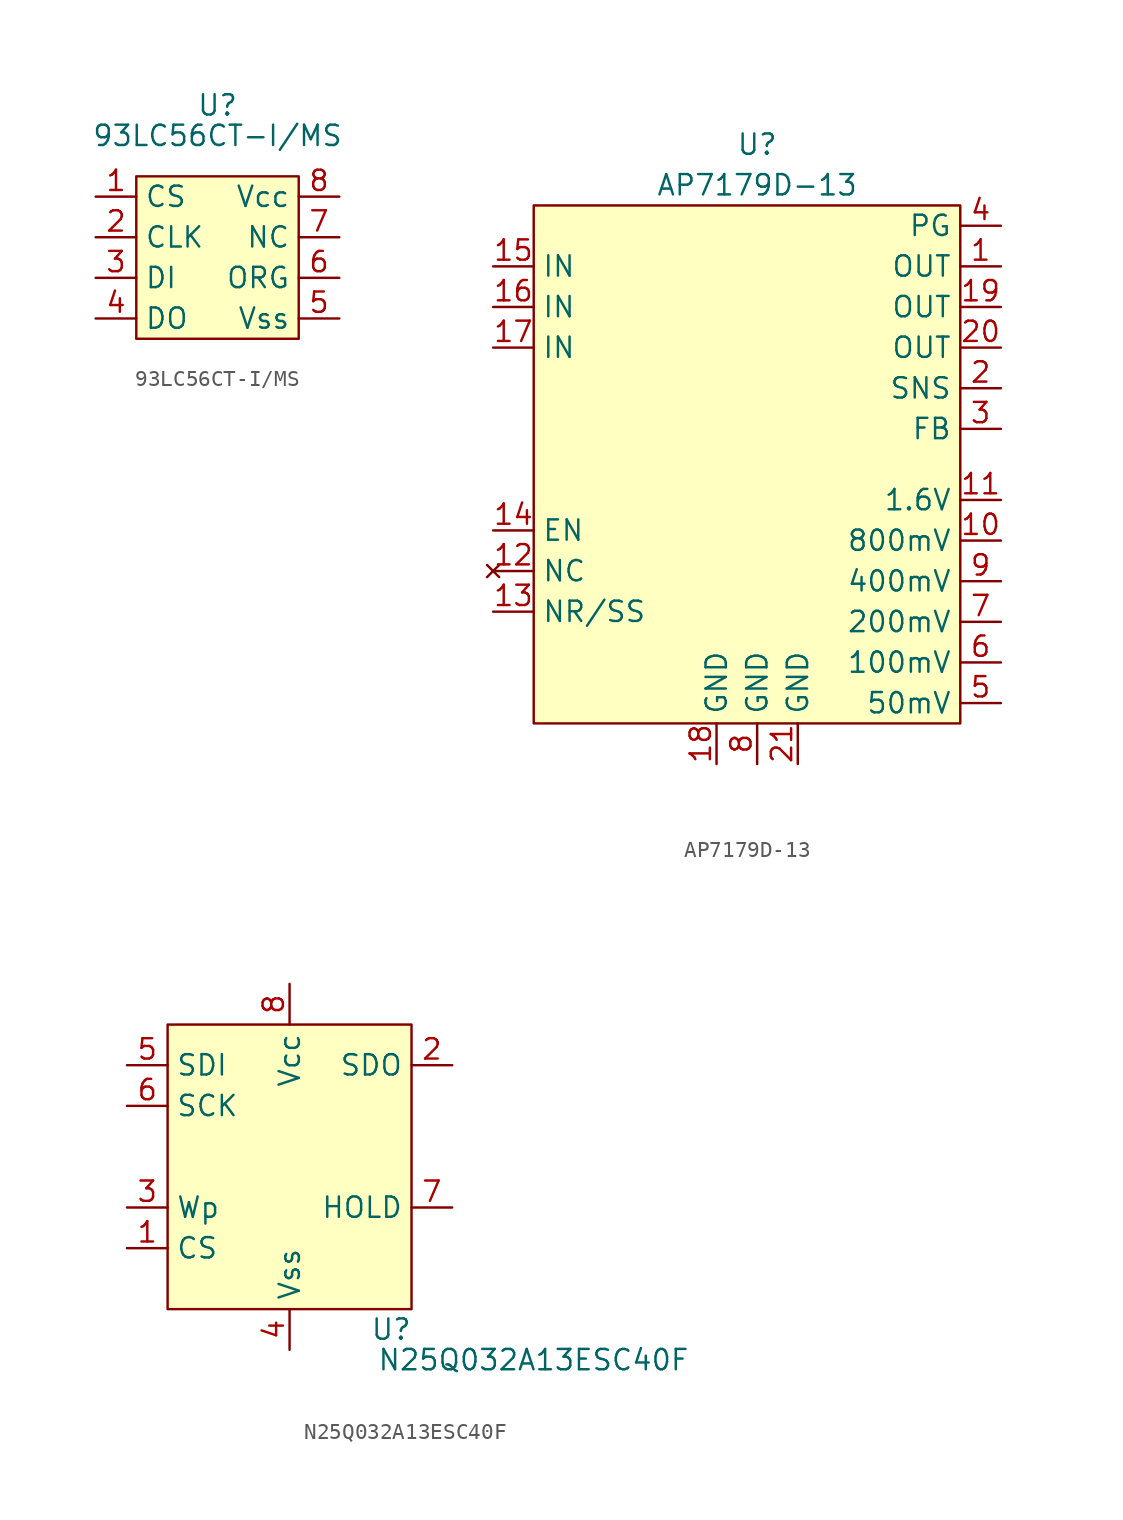
<source format=kicad_sym>
(kicad_symbol_lib
  (version 20220914)
  (generator kicad_symbol_editor)
  (symbol "93LC56CT-I/MS"
    (property "Reference" "U"
      (at 0 3.175 0)
      (effects (font (size 1.27 1.27))))
    (property "Value" "93LC56CT-I/MS"
      (at 0 1.27 0)
      (effects (font (size 1.27 1.27))))
    (symbol "93LC56CT-I/MS_1_1"
      (rectangle (start -5.08 -1.27) (end 5.08 -11.43) (stroke (width 0) (type default)) (fill (type background)))
      (pin input line (at -7.62 -2.54 0) (length 2.54) (name "CS" (effects (font (size 1.27 1.27)))) (number "1" (effects (font (size 1.27 1.27)))))
      (pin input line (at -7.62 -5.08 0) (length 2.54) (name "CLK" (effects (font (size 1.27 1.27)))) (number "2" (effects (font (size 1.27 1.27)))))
      (pin input line (at -7.62 -7.62 0) (length 2.54) (name "DI" (effects (font (size 1.27 1.27)))) (number "3" (effects (font (size 1.27 1.27)))))
      (pin output line (at -7.62 -10.16 0) (length 2.54) (name "DO" (effects (font (size 1.27 1.27)))) (number "4" (effects (font (size 1.27 1.27)))))
      (pin power_in line (at 7.62 -10.16 180) (length 2.54) (name "Vss" (effects (font (size 1.27 1.27)))) (number "5" (effects (font (size 1.27 1.27)))))
      (pin input line (at 7.62 -7.62 180) (length 2.54) (name "ORG" (effects (font (size 1.27 1.27)))) (number "6" (effects (font (size 1.27 1.27)))))
      (pin unspecified line (at 7.62 -5.08 180) (length 2.54) (name "NC" (effects (font (size 1.27 1.27)))) (number "7" (effects (font (size 1.27 1.27)))))
      (pin passive line (at 7.62 -2.54 180) (length 2.54) (name "Vcc" (effects (font (size 1.27 1.27)))) (number "8" (effects (font (size 1.27 1.27)))))))
  (symbol "AP7179D-13"
    (property "Reference" "U"
      (at 0 5.715 0)
      (effects (font (size 1.27 1.27))))
    (property "Value" "AP7179D-13"
      (at 0 3.175 0)
      (effects (font (size 1.27 1.27))))
    (symbol "AP7179D-13_0_0"
      (pin output line (at 15.24 -1.905 180) (length 2.54) (name "OUT" (effects (font (size 1.27 1.27)))) (number "1" (effects (font (size 1.27 1.27)))))
      (pin input line (at 15.24 -19.05 180) (length 2.54) (name "800mV" (effects (font (size 1.27 1.27)))) (number "10" (effects (font (size 1.27 1.27)))))
      (pin input line (at 15.24 -16.51 180) (length 2.54) (name "1.6V" (effects (font (size 1.27 1.27)))) (number "11" (effects (font (size 1.27 1.27)))))
      (pin no_connect line (at -16.51 -20.955 0) (length 2.54) (name "NC" (effects (font (size 1.27 1.27)))) (number "12" (effects (font (size 1.27 1.27)))))
      (pin output line (at -16.51 -23.495 0) (length 2.54) (name "NR/SS" (effects (font (size 1.27 1.27)))) (number "13" (effects (font (size 1.27 1.27)))))
      (pin input line (at -16.51 -18.415 0) (length 2.54) (name "EN" (effects (font (size 1.27 1.27)))) (number "14" (effects (font (size 1.27 1.27)))))
      (pin input line (at -16.51 -1.905 0) (length 2.54) (name "IN" (effects (font (size 1.27 1.27)))) (number "15" (effects (font (size 1.27 1.27)))))
      (pin input line (at -16.51 -4.445 0) (length 2.54) (name "IN" (effects (font (size 1.27 1.27)))) (number "16" (effects (font (size 1.27 1.27)))))
      (pin input line (at -16.51 -6.985 0) (length 2.54) (name "IN" (effects (font (size 1.27 1.27)))) (number "17" (effects (font (size 1.27 1.27)))))
      (pin passive line (at -2.54 -33.02 90) (length 2.54) (name "GND" (effects (font (size 1.27 1.27)))) (number "18" (effects (font (size 1.27 1.27)))))
      (pin output line (at 15.24 -4.445 180) (length 2.54) (name "OUT" (effects (font (size 1.27 1.27)))) (number "19" (effects (font (size 1.27 1.27)))))
      (pin input line (at 15.24 -9.525 180) (length 2.54) (name "SNS" (effects (font (size 1.27 1.27)))) (number "2" (effects (font (size 1.27 1.27)))))
      (pin output line (at 15.24 -6.985 180) (length 2.54) (name "OUT" (effects (font (size 1.27 1.27)))) (number "20" (effects (font (size 1.27 1.27)))))
      (pin passive line (at 2.54 -33.02 90) (length 2.54) (name "GND" (effects (font (size 1.27 1.27)))) (number "21" (effects (font (size 1.27 1.27)))))
      (pin input line (at 15.24 -12.065 180) (length 2.54) (name "FB" (effects (font (size 1.27 1.27)))) (number "3" (effects (font (size 1.27 1.27)))))
      (pin output line (at 15.24 0.635 180) (length 2.54) (name "PG" (effects (font (size 1.27 1.27)))) (number "4" (effects (font (size 1.27 1.27)))))
      (pin input line (at 15.24 -29.21 180) (length 2.54) (name "50mV" (effects (font (size 1.27 1.27)))) (number "5" (effects (font (size 1.27 1.27)))))
      (pin input line (at 15.24 -26.67 180) (length 2.54) (name "100mV" (effects (font (size 1.27 1.27)))) (number "6" (effects (font (size 1.27 1.27)))))
      (pin input line (at 15.24 -24.13 180) (length 2.54) (name "200mV" (effects (font (size 1.27 1.27)))) (number "7" (effects (font (size 1.27 1.27)))))
      (pin passive line (at 0 -33.02 90) (length 2.54) (name "GND" (effects (font (size 1.27 1.27)))) (number "8" (effects (font (size 1.27 1.27)))))
      (pin input line (at 15.24 -21.59 180) (length 2.54) (name "400mV" (effects (font (size 1.27 1.27)))) (number "9" (effects (font (size 1.27 1.27))))))
    (symbol "AP7179D-13_1_1"
      (rectangle (start -13.97 1.905) (end 12.7 -30.48) (stroke (width 0) (type default)) (fill (type background)))))
  (symbol "N25Q032A13ESC40F"
    (property "Reference" "U"
      (at 6.35 -16.51 0)
      (effects (font (size 1.27 1.27))))
    (property "Value" "N25Q032A13ESC40F"
      (at 15.24 -18.415 0)
      (effects (font (size 1.27 1.27))))
    (symbol "N25Q032A13ESC40F_0_0"
      (pin passive line (at 0 -17.78 90) (length 2.54) (name "Vss" (effects (font (size 1.27 1.27)))) (number "4" (effects (font (size 1.27 1.27)))))
      (pin power_in line (at 0 5.08 270) (length 2.54) (name "Vcc" (effects (font (size 1.27 1.27)))) (number "8" (effects (font (size 1.27 1.27))))))
    (symbol "N25Q032A13ESC40F_1_0"
      (pin input line (at -10.16 -11.43 0) (length 2.54) (name "CS" (effects (font (size 1.27 1.27)))) (number "1" (effects (font (size 1.27 1.27)))))
      (pin passive line (at 10.16 0 180) (length 2.54) (name "SDO" (effects (font (size 1.27 1.27)))) (number "2" (effects (font (size 1.27 1.27)))))
      (pin passive line (at -10.16 -8.89 0) (length 2.54) (name "Wp" (effects (font (size 1.27 1.27)))) (number "3" (effects (font (size 1.27 1.27)))))
      (pin passive line (at -10.16 0 0) (length 2.54) (name "SDI" (effects (font (size 1.27 1.27)))) (number "5" (effects (font (size 1.27 1.27)))))
      (pin input line (at -10.16 -2.54 0) (length 2.54) (name "SCK" (effects (font (size 1.27 1.27)))) (number "6" (effects (font (size 1.27 1.27)))))
      (pin passive line (at 10.16 -8.89 180) (length 2.54) (name "HOLD" (effects (font (size 1.27 1.27)))) (number "7" (effects (font (size 1.27 1.27))))))
    (symbol "N25Q032A13ESC40F_1_1"
      (rectangle (start -7.62 2.54) (end 7.62 -15.24) (stroke (width 0) (type default)) (fill (type background))))))
</source>
